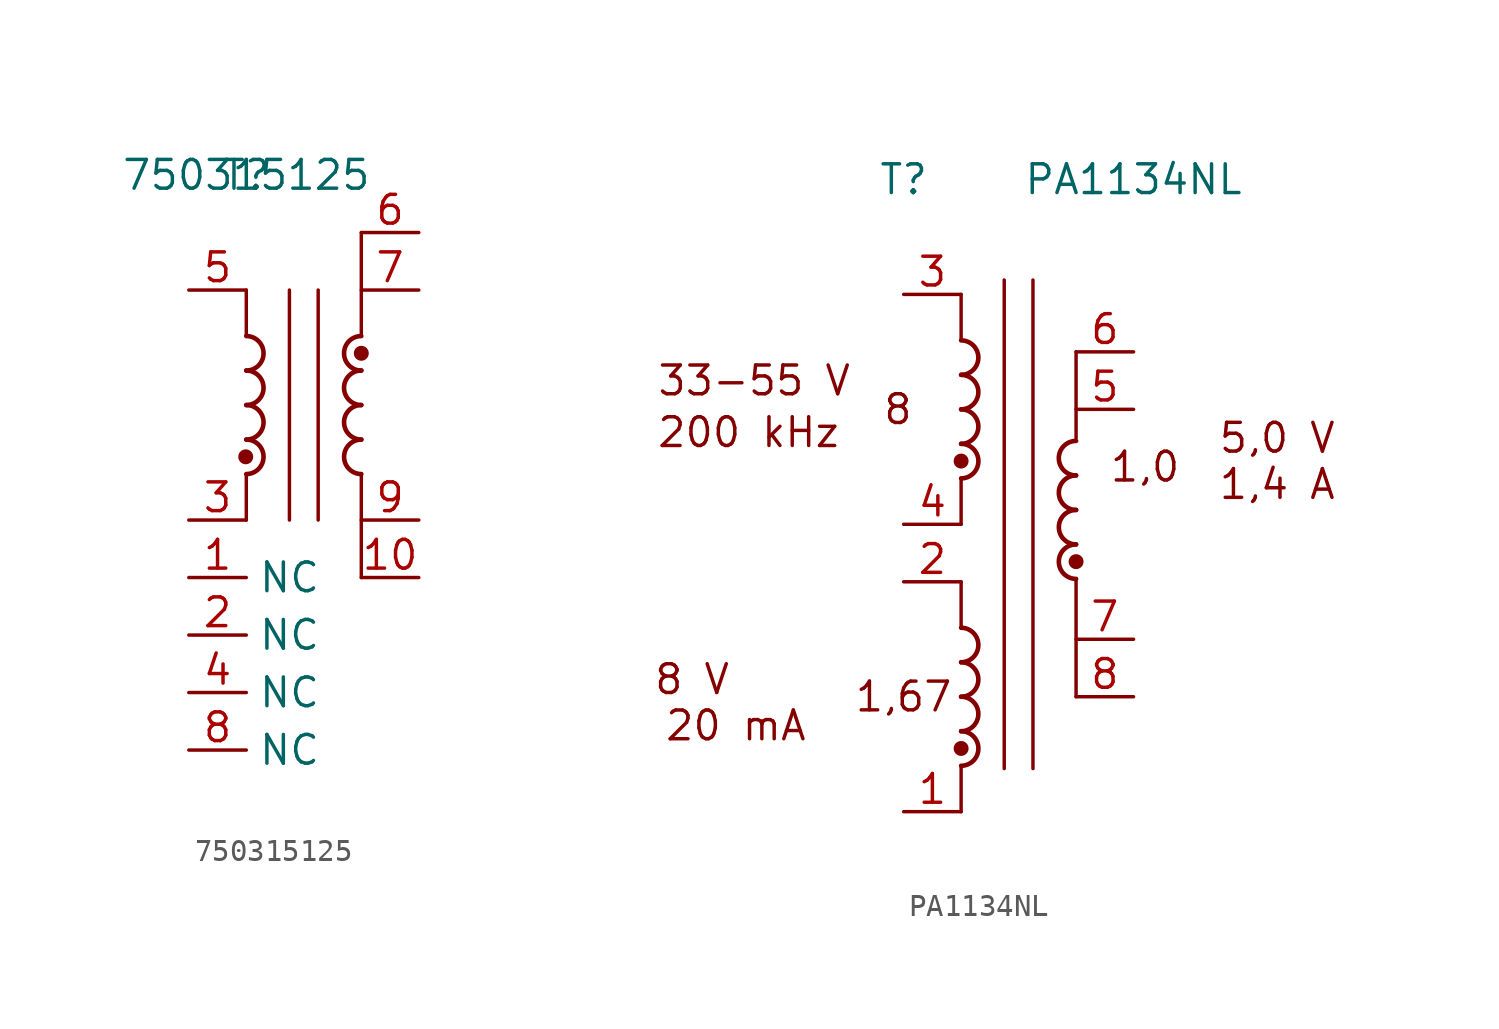
<source format=kicad_sym>
(kicad_symbol_lib
  (version 20241209)
  (generator "kicad_symbol_editor")
  (generator_version "9.0")
  (symbol "750315125"
    (property "Reference" "T"
      (at 0 0 0)
      (effects (font (size 1.27 1.27))))
    (property "Value" "750315125"
      (at 0 0 0)
      (effects (font (size 1.27 1.27))))
    (symbol "750315125_0_1"
      (circle (center -0.025 -12.446) (radius 0.254) (stroke (width 0) (type default)) (fill (type outline)))
      (arc (start 0 -7.112) (mid 0.7587 -7.874) (end 0 -8.636) (stroke (width 0.2032) (type default)) (fill (type none)))
      (arc (start 0 -8.636) (mid 0.7587 -9.398) (end 0 -10.16) (stroke (width 0.2032) (type default)) (fill (type none)))
      (arc (start 0 -10.16) (mid 0.7587 -10.922) (end 0 -11.684) (stroke (width 0.2032) (type default)) (fill (type none)))
      (arc (start 0 -11.684) (mid 0.7587 -12.446) (end 0 -13.208) (stroke (width 0.2032) (type default)) (fill (type none)))
      (polyline (pts (xy 0 -7.112) (xy 0 -5.08)) (stroke (width 0) (type default)) (fill (type none)))
      (polyline (pts (xy 0 -15.24) (xy 0 -13.208)) (stroke (width 0) (type default)) (fill (type none)))
      (polyline (pts (xy 1.905 -15.24) (xy 1.905 -5.08)) (stroke (width 0) (type default)) (fill (type none)))
      (polyline (pts (xy 3.175 -15.24) (xy 3.175 -5.08)) (stroke (width 0) (type default)) (fill (type none)))
      (polyline (pts (xy 5.08 -7.112) (xy 5.08 -2.54)) (stroke (width 0) (type default)) (fill (type none)))
      (circle (center 5.08 -7.874) (radius 0.254) (stroke (width 0) (type default)) (fill (type outline)))
      (polyline (pts (xy 5.08 -17.78) (xy 5.08 -13.208)) (stroke (width 0) (type default)) (fill (type none)))
      (arc (start 5.08 -8.636) (mid 4.321 -7.874) (end 5.08 -7.112) (stroke (width 0.2032) (type default)) (fill (type none)))
      (arc (start 5.08 -10.16) (mid 4.321 -9.398) (end 5.08 -8.636) (stroke (width 0.2032) (type default)) (fill (type none)))
      (arc (start 5.08 -11.684) (mid 4.321 -10.922) (end 5.08 -10.16) (stroke (width 0.2032) (type default)) (fill (type none))))
    (symbol "750315125_1_1"
      (arc (start 5.08 -13.208) (mid 4.321 -12.446) (end 5.08 -11.684) (stroke (width 0.2032) (type default)) (fill (type none)))
      (pin passive line (at -2.54 -5.08 0) (length 2.54) (name "~" (effects (font (size 1.27 1.27)))) (number "5" (effects (font (size 1.27 1.27)))))
      (pin passive line (at -2.54 -15.24 0) (length 2.54) (name "~" (effects (font (size 1.27 1.27)))) (number "3" (effects (font (size 1.27 1.27)))))
      (pin passive line (at -2.54 -17.78 0) (length 2.54) (name "NC" (effects (font (size 1.27 1.27)))) (number "1" (effects (font (size 1.27 1.27)))))
      (pin passive line (at -2.54 -20.32 0) (length 2.54) (name "NC" (effects (font (size 1.27 1.27)))) (number "2" (effects (font (size 1.27 1.27)))))
      (pin passive line (at -2.54 -22.86 0) (length 2.54) (name "NC" (effects (font (size 1.27 1.27)))) (number "4" (effects (font (size 1.27 1.27)))))
      (pin passive line (at -2.54 -25.4 0) (length 2.54) (name "NC" (effects (font (size 1.27 1.27)))) (number "8" (effects (font (size 1.27 1.27)))))
      (pin passive line (at 7.62 -2.54 180) (length 2.54) (name "~" (effects (font (size 1.27 1.27)))) (number "6" (effects (font (size 1.27 1.27)))))
      (pin passive line (at 7.62 -5.08 180) (length 2.54) (name "~" (effects (font (size 1.27 1.27)))) (number "7" (effects (font (size 1.27 1.27)))))
      (pin passive line (at 7.62 -15.24 180) (length 2.54) (name "~" (effects (font (size 1.27 1.27)))) (number "9" (effects (font (size 1.27 1.27)))))
      (pin passive line (at 7.62 -17.78 180) (length 2.54) (name "~" (effects (font (size 1.27 1.27)))) (number "10" (effects (font (size 1.27 1.27)))))))
  (symbol "PA1134NL"
    (property "Reference" "T"
      (at 0 2.54 0)
      (effects (font (size 1.27 1.27))))
    (property "Value" "PA1134NL"
      (at 10.16 2.54 0)
      (effects (font (size 1.27 1.27))))
    (symbol "PA1134NL_0_0"
      (text "8 V  \n  20 mA" (at -8.382 -20.574 0) (effects (font (size 1.27 1.27))))
      (text "200 kHz" (at -6.858 -8.636 0) (effects (font (size 1.27 1.27))))
      (text "33-55 V" (at -6.604 -6.35 0) (effects (font (size 1.27 1.27))))
      (text "8" (at -0.254 -7.62 0) (effects (font (size 1.27 1.27))))
      (text "1,67" (at 0 -20.32 0) (effects (font (size 1.27 1.27))))
      (text "1,0" (at 10.668 -10.16 0) (effects (font (size 1.27 1.27))))
      (text "5,0 V\n1,4 A" (at 16.51 -9.906 0) (effects (font (size 1.27 1.27)))))
    (symbol "PA1134NL_0_1"
      (arc (start 2.54 -4.572) (mid 3.2987 -5.334) (end 2.54 -6.096) (stroke (width 0.2032) (type default)) (fill (type none)))
      (arc (start 2.54 -6.096) (mid 3.2987 -6.858) (end 2.54 -7.62) (stroke (width 0.2032) (type default)) (fill (type none)))
      (arc (start 2.54 -7.62) (mid 3.2987 -8.382) (end 2.54 -9.144) (stroke (width 0.2032) (type default)) (fill (type none)))
      (arc (start 2.54 -9.144) (mid 3.2987 -9.906) (end 2.54 -10.668) (stroke (width 0.2032) (type default)) (fill (type none)))
      (arc (start 2.54 -17.272) (mid 3.2987 -18.034) (end 2.54 -18.796) (stroke (width 0.2032) (type default)) (fill (type none)))
      (arc (start 2.54 -18.796) (mid 3.2987 -19.558) (end 2.54 -20.32) (stroke (width 0.2032) (type default)) (fill (type none)))
      (arc (start 2.54 -20.32) (mid 3.2987 -21.082) (end 2.54 -21.844) (stroke (width 0.2032) (type default)) (fill (type none)))
      (arc (start 2.54 -21.844) (mid 3.2987 -22.606) (end 2.54 -23.368) (stroke (width 0.2032) (type default)) (fill (type none)))
      (polyline (pts (xy 2.54 -4.572) (xy 2.54 -2.54)) (stroke (width 0) (type default)) (fill (type none)))
      (circle (center 2.54 -9.906) (radius 0.254) (stroke (width 0) (type default)) (fill (type outline)))
      (polyline (pts (xy 2.54 -12.7) (xy 2.54 -10.668)) (stroke (width 0) (type default)) (fill (type none)))
      (polyline (pts (xy 2.54 -17.272) (xy 2.54 -15.24)) (stroke (width 0) (type default)) (fill (type none)))
      (circle (center 2.54 -22.606) (radius 0.254) (stroke (width 0) (type default)) (fill (type outline)))
      (polyline (pts (xy 2.54 -25.4) (xy 2.54 -23.368)) (stroke (width 0) (type default)) (fill (type none)))
      (polyline (pts (xy 4.445 -23.495) (xy 4.445 -1.905)) (stroke (width 0) (type default)) (fill (type none)))
      (polyline (pts (xy 5.715 -23.495) (xy 5.715 -1.905)) (stroke (width 0) (type default)) (fill (type none)))
      (polyline (pts (xy 7.62 -8.89) (xy 7.62 -5.08)) (stroke (width 0) (type default)) (fill (type none)))
      (circle (center 7.62 -14.351) (radius 0.254) (stroke (width 0) (type default)) (fill (type outline)))
      (polyline (pts (xy 7.62 -20.32) (xy 7.62 -15.113)) (stroke (width 0) (type default)) (fill (type none)))
      (arc (start 7.62 -10.541) (mid 6.861 -9.779) (end 7.62 -9.017) (stroke (width 0.2032) (type default)) (fill (type none)))
      (arc (start 7.62 -12.065) (mid 6.861 -11.303) (end 7.62 -10.541) (stroke (width 0.2032) (type default)) (fill (type none)))
      (arc (start 7.62 -13.589) (mid 6.861 -12.827) (end 7.62 -12.065) (stroke (width 0.2032) (type default)) (fill (type none))))
    (symbol "PA1134NL_1_1"
      (arc (start 7.62 -15.113) (mid 6.861 -14.351) (end 7.62 -13.589) (stroke (width 0.2032) (type default)) (fill (type none)))
      (pin passive line (at 0 -2.54 0) (length 2.54) (name "~" (effects (font (size 1.27 1.27)))) (number "3" (effects (font (size 1.27 1.27)))))
      (pin passive line (at 0 -12.7 0) (length 2.54) (name "~" (effects (font (size 1.27 1.27)))) (number "4" (effects (font (size 1.27 1.27)))))
      (pin passive line (at 0 -15.24 0) (length 2.54) (name "~" (effects (font (size 1.27 1.27)))) (number "2" (effects (font (size 1.27 1.27)))))
      (pin passive line (at 0 -25.4 0) (length 2.54) (name "~" (effects (font (size 1.27 1.27)))) (number "1" (effects (font (size 1.27 1.27)))))
      (pin passive line (at 10.16 -5.08 180) (length 2.54) (name "~" (effects (font (size 1.27 1.27)))) (number "6" (effects (font (size 1.27 1.27)))))
      (pin passive line (at 10.16 -7.62 180) (length 2.54) (name "~" (effects (font (size 1.27 1.27)))) (number "5" (effects (font (size 1.27 1.27)))))
      (pin passive line (at 10.16 -17.78 180) (length 2.54) (name "~" (effects (font (size 1.27 1.27)))) (number "7" (effects (font (size 1.27 1.27)))))
      (pin passive line (at 10.16 -20.32 180) (length 2.54) (name "~" (effects (font (size 1.27 1.27)))) (number "8" (effects (font (size 1.27 1.27))))))))
</source>
